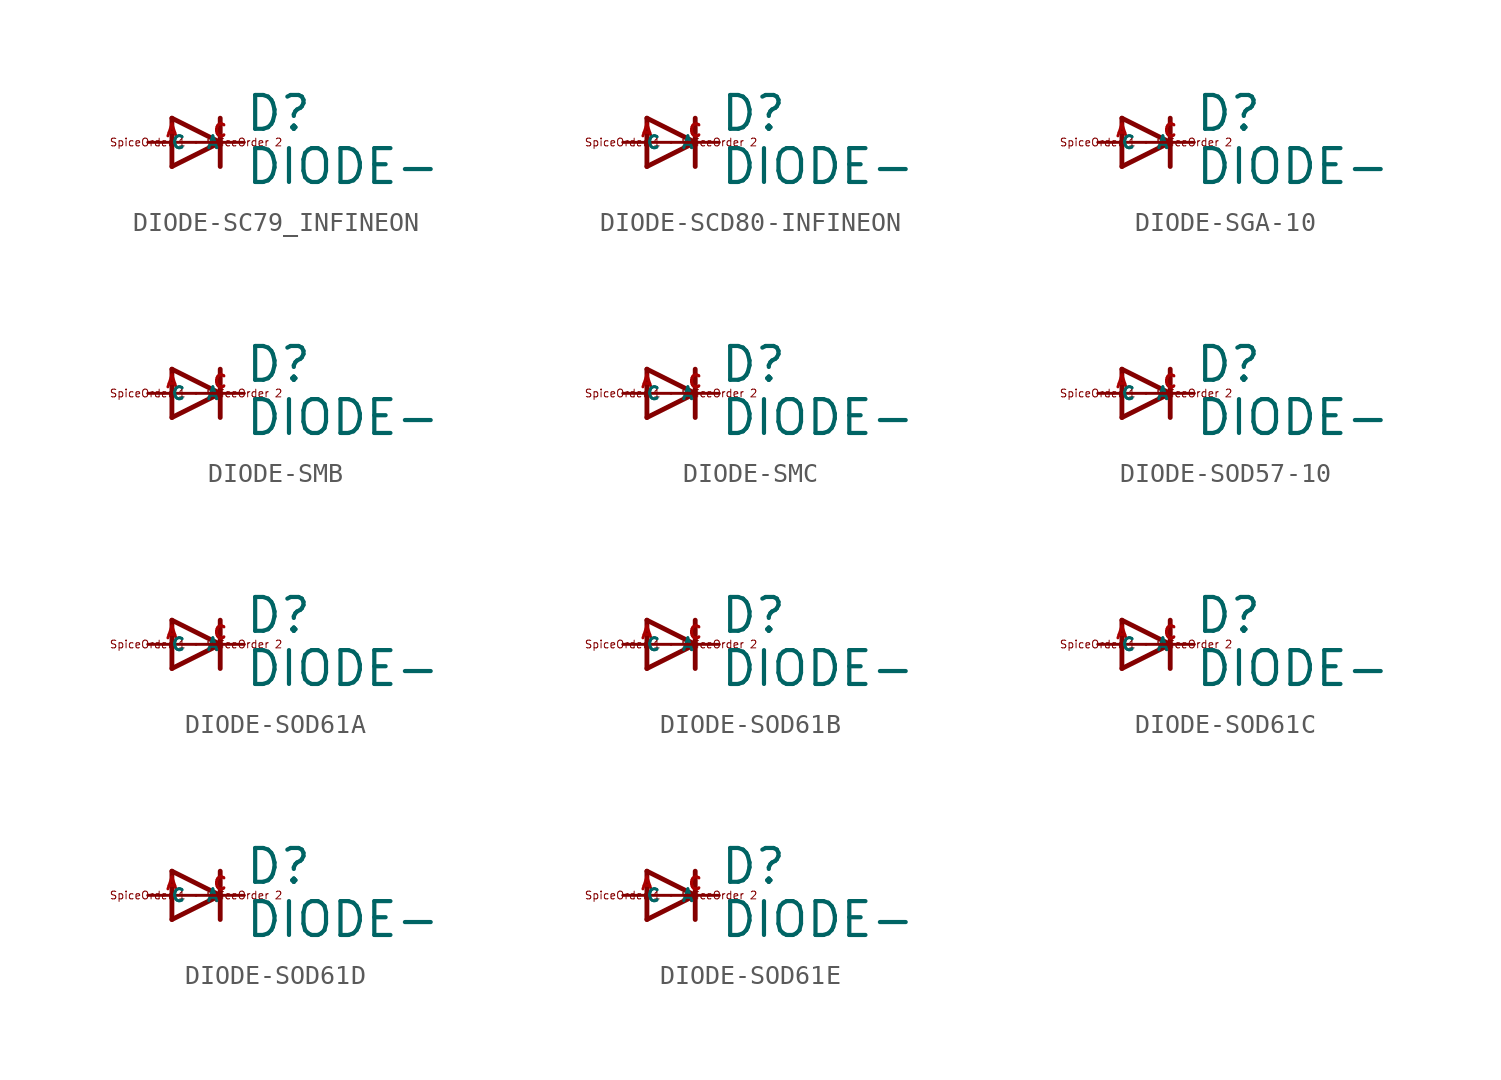
<source format=kicad_sym>
(kicad_symbol_lib
  (version 20220914)
  (generator Eagle2Kicad)
  (symbol "DIODE-SC79_INFINEON"
    (property "Reference" "D"
      (at 2.54 0.483 0)
      (effects (font (size 1.778 1.778) (thickness 0.22)) (justify left bottom)))
    (property "Value" "DIODE-"
      (at 2.54 -2.311 0)
      (effects (font (size 1.778 1.778) (thickness 0.22)) (justify left bottom)))
    (polyline
      (pts (xy -1.27 -1.27) (xy 1.27 0))
      (stroke (width 0.254) (type default))
      (fill (type none)))
    (polyline
      (pts (xy 1.27 0) (xy -1.27 1.27))
      (stroke (width 0.254) (type default))
      (fill (type none)))
    (polyline
      (pts (xy 1.27 1.27) (xy 1.27 0))
      (stroke (width 0.254) (type default))
      (fill (type none)))
    (polyline
      (pts (xy -1.27 1.27) (xy -1.27 -1.27))
      (stroke (width 0.254) (type default))
      (fill (type none)))
    (polyline
      (pts (xy 1.27 0) (xy 1.27 -1.27))
      (stroke (width 0.254) (type default))
      (fill (type none)))
    (text "SpiceOrder 1"
      (at -2.54 0 0)
      (effects (font (size 0.406 0.406) (thickness 0.05))))
    (text "SpiceOrder 2"
      (at 2.54 0 0)
      (effects (font (size 0.406 0.406) (thickness 0.05))))
    (pin passive line
      (at -2.54 0 0)
      (length 2.54)
      (name "A" (effects (font (size 0.635 0.635) (thickness 0.08)) (justify left bottom)))
      (number "A" (effects (font (size 0.635 0.635) (thickness 0.08)) (justify left bottom))))
    (pin passive line
      (at 2.54 0 180)
      (length 2.54)
      (name "C" (effects (font (size 0.635 0.635) (thickness 0.08)) (justify left bottom)))
      (number "C" (effects (font (size 0.635 0.635) (thickness 0.08)) (justify left bottom)))))
  (symbol "DIODE-SCD80-INFINEON"
    (property "Reference" "D"
      (at 2.54 0.483 0)
      (effects (font (size 1.778 1.778) (thickness 0.22)) (justify left bottom)))
    (property "Value" "DIODE-"
      (at 2.54 -2.311 0)
      (effects (font (size 1.778 1.778) (thickness 0.22)) (justify left bottom)))
    (polyline
      (pts (xy -1.27 -1.27) (xy 1.27 0))
      (stroke (width 0.254) (type default))
      (fill (type none)))
    (polyline
      (pts (xy 1.27 0) (xy -1.27 1.27))
      (stroke (width 0.254) (type default))
      (fill (type none)))
    (polyline
      (pts (xy 1.27 1.27) (xy 1.27 0))
      (stroke (width 0.254) (type default))
      (fill (type none)))
    (polyline
      (pts (xy -1.27 1.27) (xy -1.27 -1.27))
      (stroke (width 0.254) (type default))
      (fill (type none)))
    (polyline
      (pts (xy 1.27 0) (xy 1.27 -1.27))
      (stroke (width 0.254) (type default))
      (fill (type none)))
    (text "SpiceOrder 1"
      (at -2.54 0 0)
      (effects (font (size 0.406 0.406) (thickness 0.05))))
    (text "SpiceOrder 2"
      (at 2.54 0 0)
      (effects (font (size 0.406 0.406) (thickness 0.05))))
    (pin passive line
      (at -2.54 0 0)
      (length 2.54)
      (name "A" (effects (font (size 0.635 0.635) (thickness 0.08)) (justify left bottom)))
      (number "A" (effects (font (size 0.635 0.635) (thickness 0.08)) (justify left bottom))))
    (pin passive line
      (at 2.54 0 180)
      (length 2.54)
      (name "C" (effects (font (size 0.635 0.635) (thickness 0.08)) (justify left bottom)))
      (number "C" (effects (font (size 0.635 0.635) (thickness 0.08)) (justify left bottom)))))
  (symbol "DIODE-SGA-10"
    (property "Reference" "D"
      (at 2.54 0.483 0)
      (effects (font (size 1.778 1.778) (thickness 0.22)) (justify left bottom)))
    (property "Value" "DIODE-"
      (at 2.54 -2.311 0)
      (effects (font (size 1.778 1.778) (thickness 0.22)) (justify left bottom)))
    (polyline
      (pts (xy -1.27 -1.27) (xy 1.27 0))
      (stroke (width 0.254) (type default))
      (fill (type none)))
    (polyline
      (pts (xy 1.27 0) (xy -1.27 1.27))
      (stroke (width 0.254) (type default))
      (fill (type none)))
    (polyline
      (pts (xy 1.27 1.27) (xy 1.27 0))
      (stroke (width 0.254) (type default))
      (fill (type none)))
    (polyline
      (pts (xy -1.27 1.27) (xy -1.27 -1.27))
      (stroke (width 0.254) (type default))
      (fill (type none)))
    (polyline
      (pts (xy 1.27 0) (xy 1.27 -1.27))
      (stroke (width 0.254) (type default))
      (fill (type none)))
    (text "SpiceOrder 1"
      (at -2.54 0 0)
      (effects (font (size 0.406 0.406) (thickness 0.05))))
    (text "SpiceOrder 2"
      (at 2.54 0 0)
      (effects (font (size 0.406 0.406) (thickness 0.05))))
    (pin passive line
      (at -2.54 0 0)
      (length 2.54)
      (name "A" (effects (font (size 0.635 0.635) (thickness 0.08)) (justify left bottom)))
      (number "A" (effects (font (size 0.635 0.635) (thickness 0.08)) (justify left bottom))))
    (pin passive line
      (at 2.54 0 180)
      (length 2.54)
      (name "C" (effects (font (size 0.635 0.635) (thickness 0.08)) (justify left bottom)))
      (number "C" (effects (font (size 0.635 0.635) (thickness 0.08)) (justify left bottom)))))
  (symbol "DIODE-SMB"
    (property "Reference" "D"
      (at 2.54 0.483 0)
      (effects (font (size 1.778 1.778) (thickness 0.22)) (justify left bottom)))
    (property "Value" "DIODE-"
      (at 2.54 -2.311 0)
      (effects (font (size 1.778 1.778) (thickness 0.22)) (justify left bottom)))
    (polyline
      (pts (xy -1.27 -1.27) (xy 1.27 0))
      (stroke (width 0.254) (type default))
      (fill (type none)))
    (polyline
      (pts (xy 1.27 0) (xy -1.27 1.27))
      (stroke (width 0.254) (type default))
      (fill (type none)))
    (polyline
      (pts (xy 1.27 1.27) (xy 1.27 0))
      (stroke (width 0.254) (type default))
      (fill (type none)))
    (polyline
      (pts (xy -1.27 1.27) (xy -1.27 -1.27))
      (stroke (width 0.254) (type default))
      (fill (type none)))
    (polyline
      (pts (xy 1.27 0) (xy 1.27 -1.27))
      (stroke (width 0.254) (type default))
      (fill (type none)))
    (text "SpiceOrder 1"
      (at -2.54 0 0)
      (effects (font (size 0.406 0.406) (thickness 0.05))))
    (text "SpiceOrder 2"
      (at 2.54 0 0)
      (effects (font (size 0.406 0.406) (thickness 0.05))))
    (pin passive line
      (at -2.54 0 0)
      (length 2.54)
      (name "A" (effects (font (size 0.635 0.635) (thickness 0.08)) (justify left bottom)))
      (number "A" (effects (font (size 0.635 0.635) (thickness 0.08)) (justify left bottom))))
    (pin passive line
      (at 2.54 0 180)
      (length 2.54)
      (name "C" (effects (font (size 0.635 0.635) (thickness 0.08)) (justify left bottom)))
      (number "C" (effects (font (size 0.635 0.635) (thickness 0.08)) (justify left bottom)))))
  (symbol "DIODE-SMC"
    (property "Reference" "D"
      (at 2.54 0.483 0)
      (effects (font (size 1.778 1.778) (thickness 0.22)) (justify left bottom)))
    (property "Value" "DIODE-"
      (at 2.54 -2.311 0)
      (effects (font (size 1.778 1.778) (thickness 0.22)) (justify left bottom)))
    (polyline
      (pts (xy -1.27 -1.27) (xy 1.27 0))
      (stroke (width 0.254) (type default))
      (fill (type none)))
    (polyline
      (pts (xy 1.27 0) (xy -1.27 1.27))
      (stroke (width 0.254) (type default))
      (fill (type none)))
    (polyline
      (pts (xy 1.27 1.27) (xy 1.27 0))
      (stroke (width 0.254) (type default))
      (fill (type none)))
    (polyline
      (pts (xy -1.27 1.27) (xy -1.27 -1.27))
      (stroke (width 0.254) (type default))
      (fill (type none)))
    (polyline
      (pts (xy 1.27 0) (xy 1.27 -1.27))
      (stroke (width 0.254) (type default))
      (fill (type none)))
    (text "SpiceOrder 1"
      (at -2.54 0 0)
      (effects (font (size 0.406 0.406) (thickness 0.05))))
    (text "SpiceOrder 2"
      (at 2.54 0 0)
      (effects (font (size 0.406 0.406) (thickness 0.05))))
    (pin passive line
      (at -2.54 0 0)
      (length 2.54)
      (name "A" (effects (font (size 0.635 0.635) (thickness 0.08)) (justify left bottom)))
      (number "A" (effects (font (size 0.635 0.635) (thickness 0.08)) (justify left bottom))))
    (pin passive line
      (at 2.54 0 180)
      (length 2.54)
      (name "C" (effects (font (size 0.635 0.635) (thickness 0.08)) (justify left bottom)))
      (number "C" (effects (font (size 0.635 0.635) (thickness 0.08)) (justify left bottom)))))
  (symbol "DIODE-SOD57-10"
    (property "Reference" "D"
      (at 2.54 0.483 0)
      (effects (font (size 1.778 1.778) (thickness 0.22)) (justify left bottom)))
    (property "Value" "DIODE-"
      (at 2.54 -2.311 0)
      (effects (font (size 1.778 1.778) (thickness 0.22)) (justify left bottom)))
    (polyline
      (pts (xy -1.27 -1.27) (xy 1.27 0))
      (stroke (width 0.254) (type default))
      (fill (type none)))
    (polyline
      (pts (xy 1.27 0) (xy -1.27 1.27))
      (stroke (width 0.254) (type default))
      (fill (type none)))
    (polyline
      (pts (xy 1.27 1.27) (xy 1.27 0))
      (stroke (width 0.254) (type default))
      (fill (type none)))
    (polyline
      (pts (xy -1.27 1.27) (xy -1.27 -1.27))
      (stroke (width 0.254) (type default))
      (fill (type none)))
    (polyline
      (pts (xy 1.27 0) (xy 1.27 -1.27))
      (stroke (width 0.254) (type default))
      (fill (type none)))
    (text "SpiceOrder 1"
      (at -2.54 0 0)
      (effects (font (size 0.406 0.406) (thickness 0.05))))
    (text "SpiceOrder 2"
      (at 2.54 0 0)
      (effects (font (size 0.406 0.406) (thickness 0.05))))
    (pin passive line
      (at -2.54 0 0)
      (length 2.54)
      (name "A" (effects (font (size 0.635 0.635) (thickness 0.08)) (justify left bottom)))
      (number "A" (effects (font (size 0.635 0.635) (thickness 0.08)) (justify left bottom))))
    (pin passive line
      (at 2.54 0 180)
      (length 2.54)
      (name "C" (effects (font (size 0.635 0.635) (thickness 0.08)) (justify left bottom)))
      (number "C" (effects (font (size 0.635 0.635) (thickness 0.08)) (justify left bottom)))))
  (symbol "DIODE-SOD61A"
    (property "Reference" "D"
      (at 2.54 0.483 0)
      (effects (font (size 1.778 1.778) (thickness 0.22)) (justify left bottom)))
    (property "Value" "DIODE-"
      (at 2.54 -2.311 0)
      (effects (font (size 1.778 1.778) (thickness 0.22)) (justify left bottom)))
    (polyline
      (pts (xy -1.27 -1.27) (xy 1.27 0))
      (stroke (width 0.254) (type default))
      (fill (type none)))
    (polyline
      (pts (xy 1.27 0) (xy -1.27 1.27))
      (stroke (width 0.254) (type default))
      (fill (type none)))
    (polyline
      (pts (xy 1.27 1.27) (xy 1.27 0))
      (stroke (width 0.254) (type default))
      (fill (type none)))
    (polyline
      (pts (xy -1.27 1.27) (xy -1.27 -1.27))
      (stroke (width 0.254) (type default))
      (fill (type none)))
    (polyline
      (pts (xy 1.27 0) (xy 1.27 -1.27))
      (stroke (width 0.254) (type default))
      (fill (type none)))
    (text "SpiceOrder 1"
      (at -2.54 0 0)
      (effects (font (size 0.406 0.406) (thickness 0.05))))
    (text "SpiceOrder 2"
      (at 2.54 0 0)
      (effects (font (size 0.406 0.406) (thickness 0.05))))
    (pin passive line
      (at -2.54 0 0)
      (length 2.54)
      (name "A" (effects (font (size 0.635 0.635) (thickness 0.08)) (justify left bottom)))
      (number "A" (effects (font (size 0.635 0.635) (thickness 0.08)) (justify left bottom))))
    (pin passive line
      (at 2.54 0 180)
      (length 2.54)
      (name "C" (effects (font (size 0.635 0.635) (thickness 0.08)) (justify left bottom)))
      (number "C" (effects (font (size 0.635 0.635) (thickness 0.08)) (justify left bottom)))))
  (symbol "DIODE-SOD61B"
    (property "Reference" "D"
      (at 2.54 0.483 0)
      (effects (font (size 1.778 1.778) (thickness 0.22)) (justify left bottom)))
    (property "Value" "DIODE-"
      (at 2.54 -2.311 0)
      (effects (font (size 1.778 1.778) (thickness 0.22)) (justify left bottom)))
    (polyline
      (pts (xy -1.27 -1.27) (xy 1.27 0))
      (stroke (width 0.254) (type default))
      (fill (type none)))
    (polyline
      (pts (xy 1.27 0) (xy -1.27 1.27))
      (stroke (width 0.254) (type default))
      (fill (type none)))
    (polyline
      (pts (xy 1.27 1.27) (xy 1.27 0))
      (stroke (width 0.254) (type default))
      (fill (type none)))
    (polyline
      (pts (xy -1.27 1.27) (xy -1.27 -1.27))
      (stroke (width 0.254) (type default))
      (fill (type none)))
    (polyline
      (pts (xy 1.27 0) (xy 1.27 -1.27))
      (stroke (width 0.254) (type default))
      (fill (type none)))
    (text "SpiceOrder 1"
      (at -2.54 0 0)
      (effects (font (size 0.406 0.406) (thickness 0.05))))
    (text "SpiceOrder 2"
      (at 2.54 0 0)
      (effects (font (size 0.406 0.406) (thickness 0.05))))
    (pin passive line
      (at -2.54 0 0)
      (length 2.54)
      (name "A" (effects (font (size 0.635 0.635) (thickness 0.08)) (justify left bottom)))
      (number "A" (effects (font (size 0.635 0.635) (thickness 0.08)) (justify left bottom))))
    (pin passive line
      (at 2.54 0 180)
      (length 2.54)
      (name "C" (effects (font (size 0.635 0.635) (thickness 0.08)) (justify left bottom)))
      (number "C" (effects (font (size 0.635 0.635) (thickness 0.08)) (justify left bottom)))))
  (symbol "DIODE-SOD61C"
    (property "Reference" "D"
      (at 2.54 0.483 0)
      (effects (font (size 1.778 1.778) (thickness 0.22)) (justify left bottom)))
    (property "Value" "DIODE-"
      (at 2.54 -2.311 0)
      (effects (font (size 1.778 1.778) (thickness 0.22)) (justify left bottom)))
    (polyline
      (pts (xy -1.27 -1.27) (xy 1.27 0))
      (stroke (width 0.254) (type default))
      (fill (type none)))
    (polyline
      (pts (xy 1.27 0) (xy -1.27 1.27))
      (stroke (width 0.254) (type default))
      (fill (type none)))
    (polyline
      (pts (xy 1.27 1.27) (xy 1.27 0))
      (stroke (width 0.254) (type default))
      (fill (type none)))
    (polyline
      (pts (xy -1.27 1.27) (xy -1.27 -1.27))
      (stroke (width 0.254) (type default))
      (fill (type none)))
    (polyline
      (pts (xy 1.27 0) (xy 1.27 -1.27))
      (stroke (width 0.254) (type default))
      (fill (type none)))
    (text "SpiceOrder 1"
      (at -2.54 0 0)
      (effects (font (size 0.406 0.406) (thickness 0.05))))
    (text "SpiceOrder 2"
      (at 2.54 0 0)
      (effects (font (size 0.406 0.406) (thickness 0.05))))
    (pin passive line
      (at -2.54 0 0)
      (length 2.54)
      (name "A" (effects (font (size 0.635 0.635) (thickness 0.08)) (justify left bottom)))
      (number "A" (effects (font (size 0.635 0.635) (thickness 0.08)) (justify left bottom))))
    (pin passive line
      (at 2.54 0 180)
      (length 2.54)
      (name "C" (effects (font (size 0.635 0.635) (thickness 0.08)) (justify left bottom)))
      (number "C" (effects (font (size 0.635 0.635) (thickness 0.08)) (justify left bottom)))))
  (symbol "DIODE-SOD61D"
    (property "Reference" "D"
      (at 2.54 0.483 0)
      (effects (font (size 1.778 1.778) (thickness 0.22)) (justify left bottom)))
    (property "Value" "DIODE-"
      (at 2.54 -2.311 0)
      (effects (font (size 1.778 1.778) (thickness 0.22)) (justify left bottom)))
    (polyline
      (pts (xy -1.27 -1.27) (xy 1.27 0))
      (stroke (width 0.254) (type default))
      (fill (type none)))
    (polyline
      (pts (xy 1.27 0) (xy -1.27 1.27))
      (stroke (width 0.254) (type default))
      (fill (type none)))
    (polyline
      (pts (xy 1.27 1.27) (xy 1.27 0))
      (stroke (width 0.254) (type default))
      (fill (type none)))
    (polyline
      (pts (xy -1.27 1.27) (xy -1.27 -1.27))
      (stroke (width 0.254) (type default))
      (fill (type none)))
    (polyline
      (pts (xy 1.27 0) (xy 1.27 -1.27))
      (stroke (width 0.254) (type default))
      (fill (type none)))
    (text "SpiceOrder 1"
      (at -2.54 0 0)
      (effects (font (size 0.406 0.406) (thickness 0.05))))
    (text "SpiceOrder 2"
      (at 2.54 0 0)
      (effects (font (size 0.406 0.406) (thickness 0.05))))
    (pin passive line
      (at -2.54 0 0)
      (length 2.54)
      (name "A" (effects (font (size 0.635 0.635) (thickness 0.08)) (justify left bottom)))
      (number "A" (effects (font (size 0.635 0.635) (thickness 0.08)) (justify left bottom))))
    (pin passive line
      (at 2.54 0 180)
      (length 2.54)
      (name "C" (effects (font (size 0.635 0.635) (thickness 0.08)) (justify left bottom)))
      (number "C" (effects (font (size 0.635 0.635) (thickness 0.08)) (justify left bottom)))))
  (symbol "DIODE-SOD61E"
    (property "Reference" "D"
      (at 2.54 0.483 0)
      (effects (font (size 1.778 1.778) (thickness 0.22)) (justify left bottom)))
    (property "Value" "DIODE-"
      (at 2.54 -2.311 0)
      (effects (font (size 1.778 1.778) (thickness 0.22)) (justify left bottom)))
    (polyline
      (pts (xy -1.27 -1.27) (xy 1.27 0))
      (stroke (width 0.254) (type default))
      (fill (type none)))
    (polyline
      (pts (xy 1.27 0) (xy -1.27 1.27))
      (stroke (width 0.254) (type default))
      (fill (type none)))
    (polyline
      (pts (xy 1.27 1.27) (xy 1.27 0))
      (stroke (width 0.254) (type default))
      (fill (type none)))
    (polyline
      (pts (xy -1.27 1.27) (xy -1.27 -1.27))
      (stroke (width 0.254) (type default))
      (fill (type none)))
    (polyline
      (pts (xy 1.27 0) (xy 1.27 -1.27))
      (stroke (width 0.254) (type default))
      (fill (type none)))
    (text "SpiceOrder 1"
      (at -2.54 0 0)
      (effects (font (size 0.406 0.406) (thickness 0.05))))
    (text "SpiceOrder 2"
      (at 2.54 0 0)
      (effects (font (size 0.406 0.406) (thickness 0.05))))
    (pin passive line
      (at -2.54 0 0)
      (length 2.54)
      (name "A" (effects (font (size 0.635 0.635) (thickness 0.08)) (justify left bottom)))
      (number "A" (effects (font (size 0.635 0.635) (thickness 0.08)) (justify left bottom))))
    (pin passive line
      (at 2.54 0 180)
      (length 2.54)
      (name "C" (effects (font (size 0.635 0.635) (thickness 0.08)) (justify left bottom)))
      (number "C" (effects (font (size 0.635 0.635) (thickness 0.08)) (justify left bottom))))))
</source>
